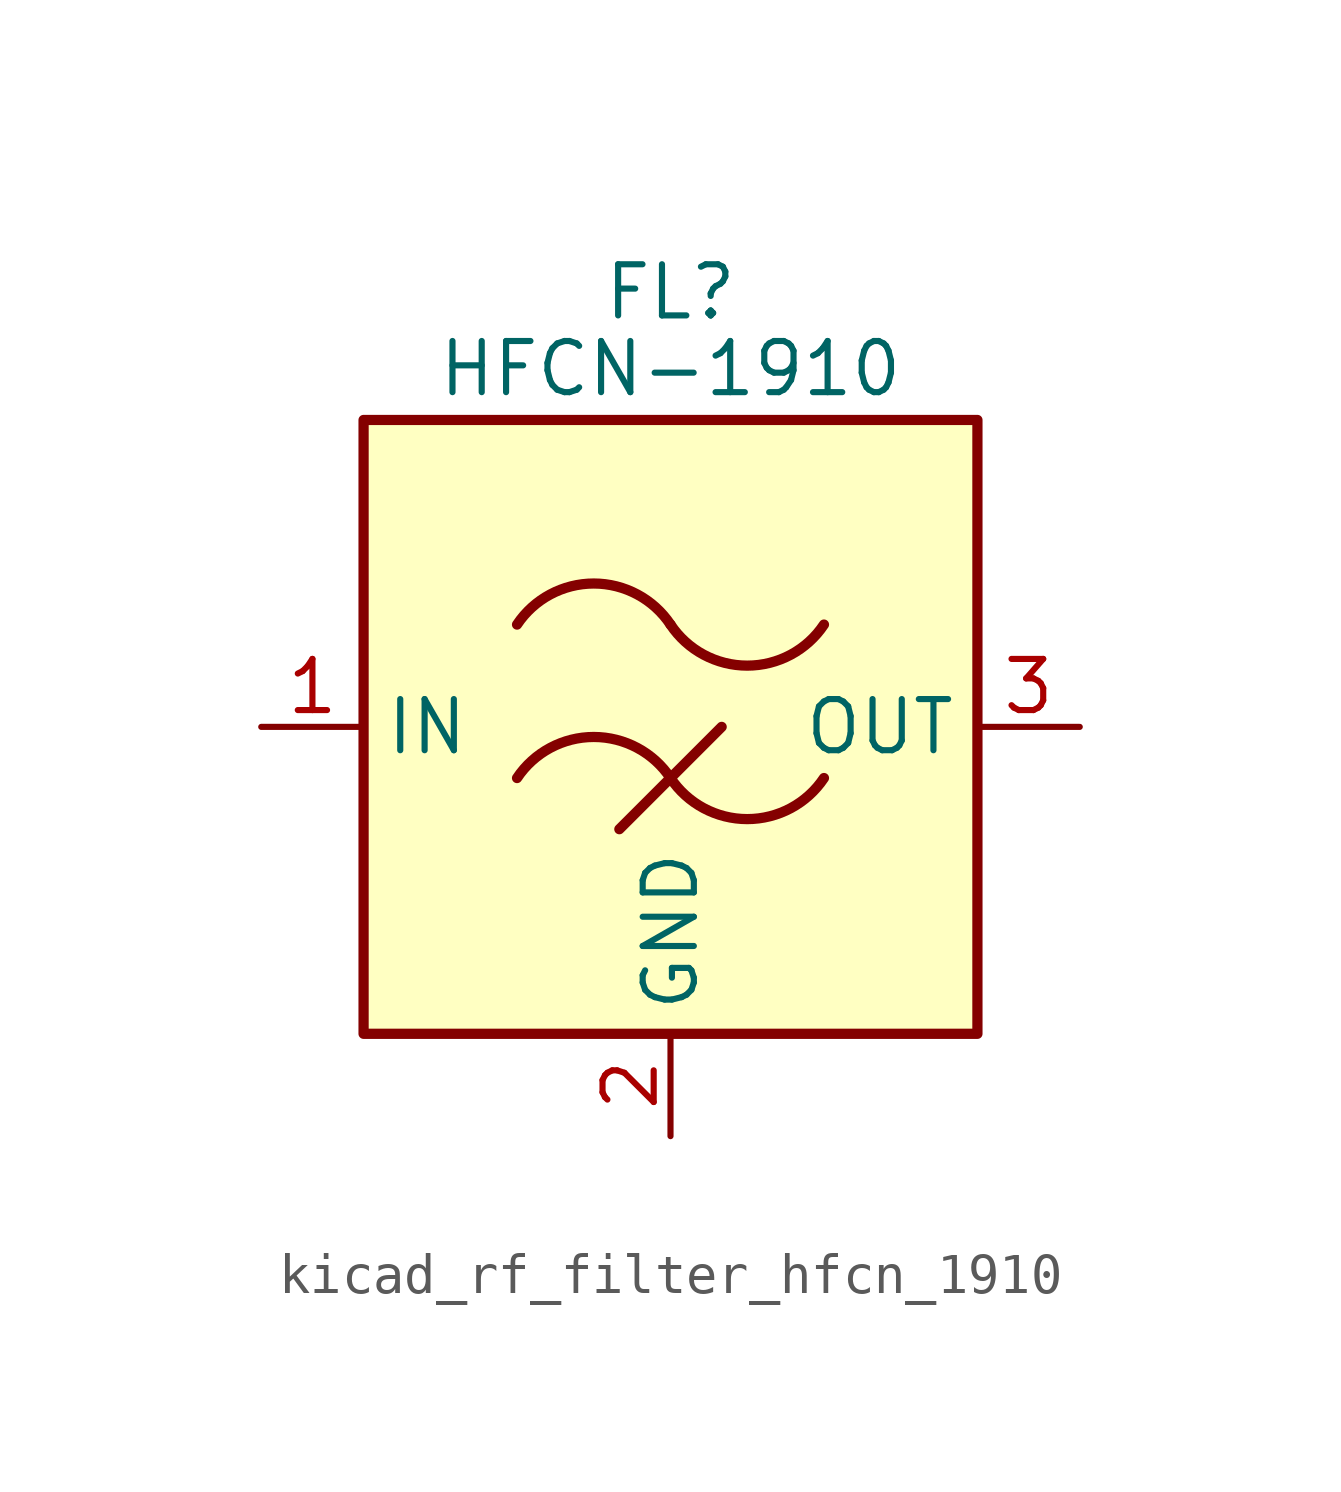
<source format=kicad_sym>
(kicad_symbol_lib
  (version 20220914)
  (generator kicad_symbol_editor)
  (symbol "kicad_rf_filter_hfcn_1910"
    (property "Reference" "FL"
      (at 0 10.795 0)
      (effects (font (size 1.27 1.27))))
    (property "Value" "HFCN-1910"
      (at 0 8.89 0)
      (effects (font (size 1.27 1.27))))
    (symbol "kicad_rf_filter_hfcn_1910_0_1"
      (rectangle (start -7.62 7.62) (end 7.62 -7.62) (stroke (width 0.254) (type default)) (fill (type background)))
      (arc (start 0 -1.27) (mid -1.905 -0.2505) (end -3.81 -1.27) (stroke (width 0.254) (type default)) (fill (type none)))
      (arc (start 0 -1.27) (mid 1.905 -2.2895) (end 3.81 -1.27) (stroke (width 0.254) (type default)) (fill (type none)))
      (polyline (pts (xy -1.27 -2.54) (xy 1.27 0)) (stroke (width 0.254) (type default)) (fill (type none)))
      (arc (start 0 2.54) (mid -1.905 3.5595) (end -3.81 2.54) (stroke (width 0.254) (type default)) (fill (type none)))
      (arc (start 0 2.54) (mid 1.905 1.5205) (end 3.81 2.54) (stroke (width 0.254) (type default)) (fill (type none))))
    (symbol "kicad_rf_filter_hfcn_1910_1_1"
      (pin passive line (at -10.16 0 0) (length 2.54) (name "IN" (effects (font (size 1.27 1.27)))) (number "1" (effects (font (size 1.27 1.27)))))
      (pin passive line (at 0 -10.16 90) (length 2.54) (name "GND" (effects (font (size 1.27 1.27)))) (number "2" (effects (font (size 1.27 1.27)))))
      (pin passive line (at 10.16 0 180) (length 2.54) (name "OUT" (effects (font (size 1.27 1.27)))) (number "3" (effects (font (size 1.27 1.27)))))
      (pin passive line (at 0 -10.16 90) (length 2.54) hide (name "GND" (effects (font (size 1.27 1.27)))) (number "4" (effects (font (size 1.27 1.27))))))))
</source>
